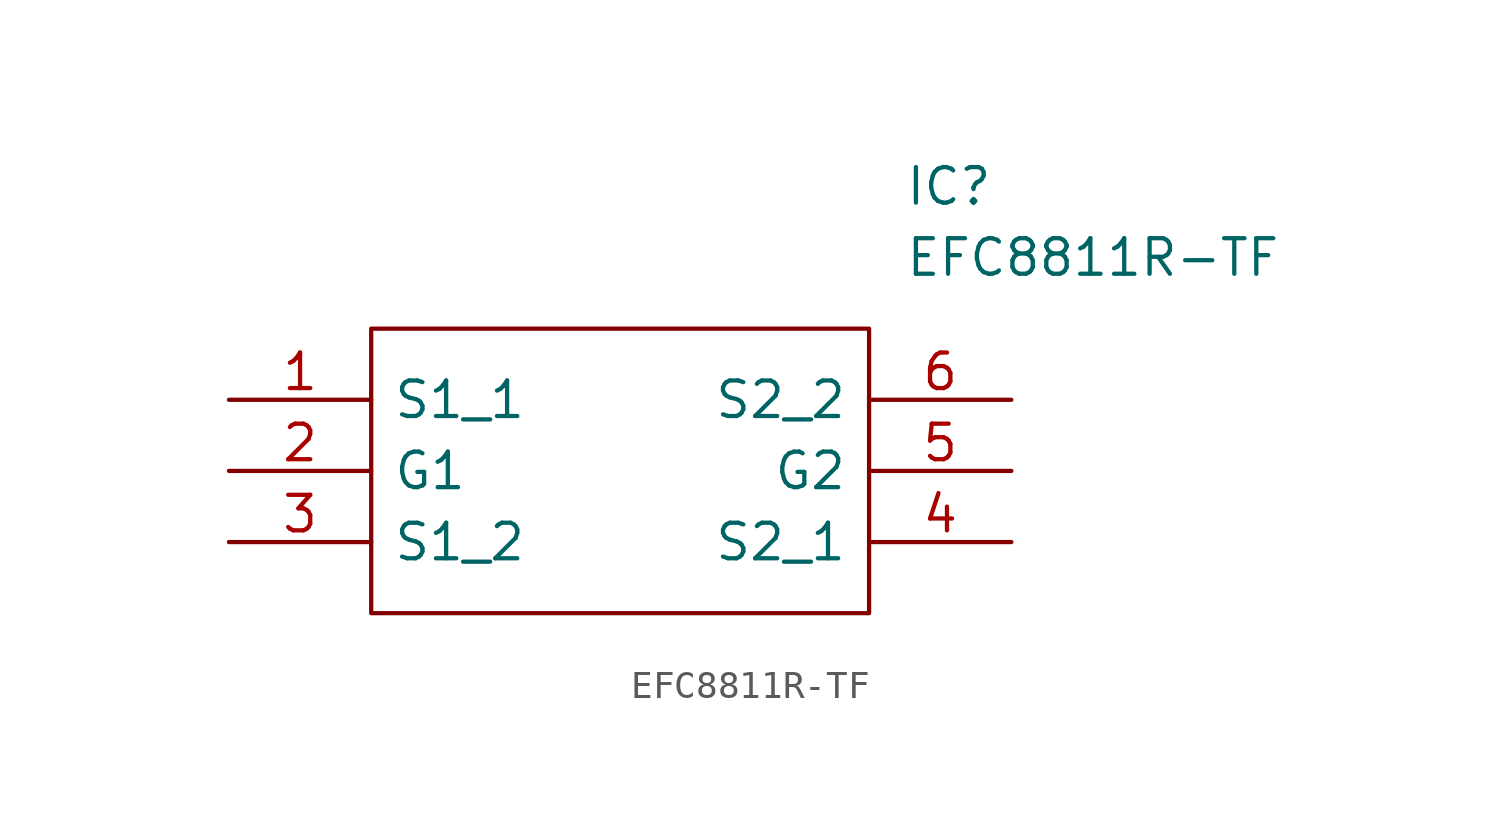
<source format=kicad_sym>
(kicad_symbol_lib
  (version 20231120)
  (generator "kicad_symbol_editor")
  (generator_version "8.0")
  (symbol "EFC8811R-TF"
    (pin_names
      (offset 0.762))
    (property "Reference" "IC"
      (at 24.13 7.62 0)
      (effects (font (size 1.27 1.27)) (justify left)))
    (property "Value" "EFC8811R-TF"
      (at 24.13 5.08 0)
      (effects (font (size 1.27 1.27)) (justify left)))
    (symbol "EFC8811R-TF_0_0"
      (pin passive line (at 0 0 0) (length 5.08) (name "S1_1" (effects (font (size 1.27 1.27)))) (number "1" (effects (font (size 1.27 1.27)))))
      (pin passive line (at 0 -2.54 0) (length 5.08) (name "G1" (effects (font (size 1.27 1.27)))) (number "2" (effects (font (size 1.27 1.27)))))
      (pin passive line (at 0 -5.08 0) (length 5.08) (name "S1_2" (effects (font (size 1.27 1.27)))) (number "3" (effects (font (size 1.27 1.27)))))
      (pin passive line (at 27.94 -5.08 180) (length 5.08) (name "S2_1" (effects (font (size 1.27 1.27)))) (number "4" (effects (font (size 1.27 1.27)))))
      (pin passive line (at 27.94 -2.54 180) (length 5.08) (name "G2" (effects (font (size 1.27 1.27)))) (number "5" (effects (font (size 1.27 1.27)))))
      (pin passive line (at 27.94 0 180) (length 5.08) (name "S2_2" (effects (font (size 1.27 1.27)))) (number "6" (effects (font (size 1.27 1.27))))))
    (symbol "EFC8811R-TF_0_1"
      (polyline (pts (xy 5.08 2.54) (xy 22.86 2.54) (xy 22.86 -7.62) (xy 5.08 -7.62) (xy 5.08 2.54)) (stroke (width 0.152) (type solid)) (fill (type none))))))
</source>
